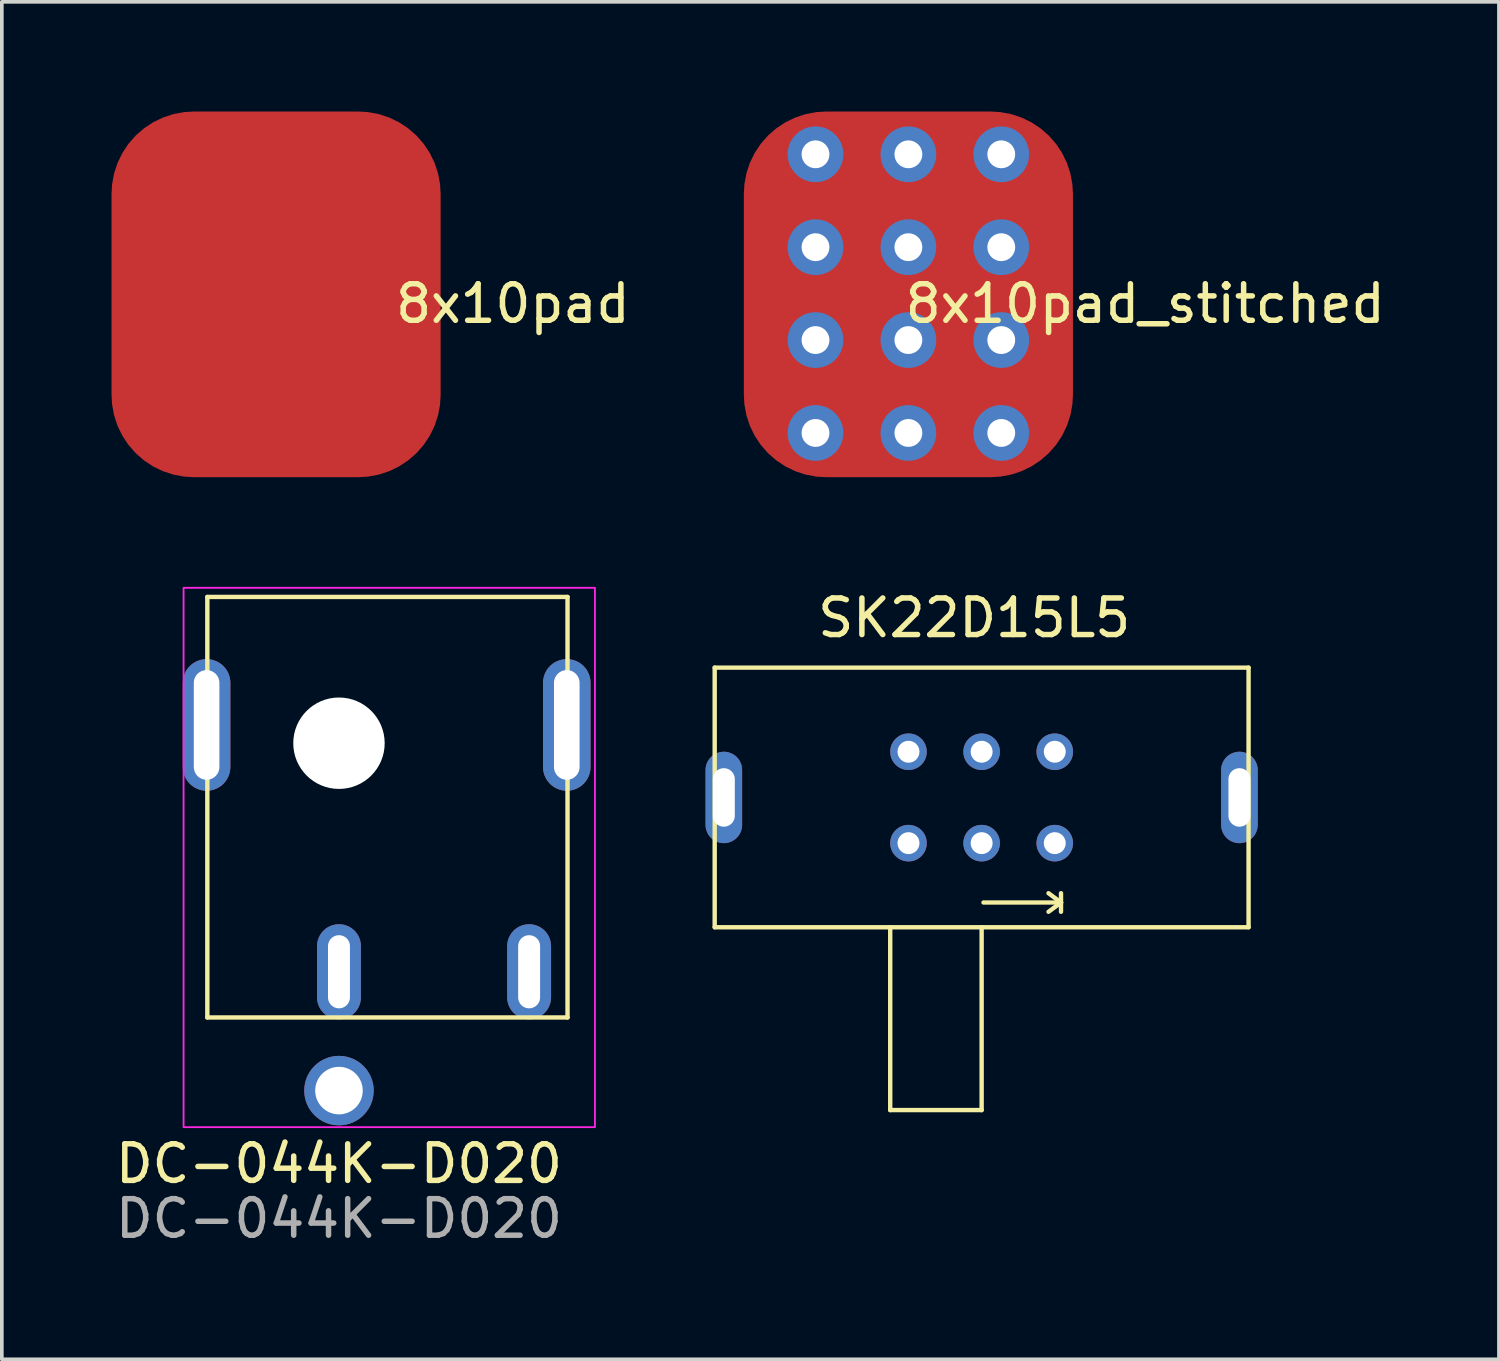
<source format=kicad_pcb>
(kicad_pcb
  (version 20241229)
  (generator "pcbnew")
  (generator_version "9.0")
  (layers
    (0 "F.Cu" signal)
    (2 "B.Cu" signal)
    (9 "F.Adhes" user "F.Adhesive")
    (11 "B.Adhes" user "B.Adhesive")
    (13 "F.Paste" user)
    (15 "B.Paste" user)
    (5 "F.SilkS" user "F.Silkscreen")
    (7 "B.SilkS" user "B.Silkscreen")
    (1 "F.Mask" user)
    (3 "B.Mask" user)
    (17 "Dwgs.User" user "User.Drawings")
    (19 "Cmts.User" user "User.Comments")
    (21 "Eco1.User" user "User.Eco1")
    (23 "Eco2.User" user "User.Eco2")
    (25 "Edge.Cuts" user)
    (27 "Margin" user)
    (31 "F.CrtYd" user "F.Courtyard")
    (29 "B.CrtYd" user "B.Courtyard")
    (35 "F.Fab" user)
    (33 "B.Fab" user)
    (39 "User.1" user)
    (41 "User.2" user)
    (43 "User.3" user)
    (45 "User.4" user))
  (footprint "SK22D15L5"
    (layer "F.Cu")
    (at 23.795 18.758)
    (property "Reference" "SK22D15L5" (at -0.203 -4.91 180) (layer "F.SilkS") (effects (font (size 1 1) (thickness 0.15))))
    (attr through_hole)
    (fp_line (start -7.3 -3.55) (end -7.3 3.55) (stroke (width 0.12) (type solid)) (layer "F.SilkS"))
    (fp_line (start -7.3 -3.55) (end 7.3 -3.55) (stroke (width 0.12) (type solid)) (layer "F.SilkS"))
    (fp_line (start -7.3 3.55) (end 7.3 3.55) (stroke (width 0.12) (type solid)) (layer "F.SilkS"))
    (fp_line (start -2.5 3.55) (end -2.5 8.55) (stroke (width 0.12) (type solid)) (layer "F.SilkS"))
    (fp_line (start -2.5 8.55) (end 0 8.55) (stroke (width 0.12) (type solid)) (layer "F.SilkS"))
    (fp_line (start 0 3.55) (end 0 8.55) (stroke (width 0.12) (type solid)) (layer "F.SilkS"))
    (fp_line (start 0.051 2.873) (end 2.171 2.873) (stroke (width 0.12) (type solid)) (layer "F.SilkS"))
    (fp_line (start 2.171 2.619) (end 2.171 3.127) (stroke (width 0.12) (type solid)) (layer "F.SilkS"))
    (fp_line (start 2.171 2.873) (end 1.829 2.619) (stroke (width 0.12) (type solid)) (layer "F.SilkS"))
    (fp_line (start 2.171 2.873) (end 1.829 3.127) (stroke (width 0.12) (type solid)) (layer "F.SilkS"))
    (fp_line (start 7.3 -3.55) (end 7.3 3.55) (stroke (width 0.12) (type solid)) (layer "F.SilkS"))
    (pad "1" thru_hole circle (at -2 -1.25) (size 1 1) (drill 0.6) (layers "*.Cu" "*.Mask"))
    (pad "2" thru_hole circle (at 0 -1.25) (size 1 1) (drill 0.6) (layers "*.Cu" "*.Mask"))
    (pad "3" thru_hole circle (at 2 -1.25) (size 1 1) (drill 0.6) (layers "*.Cu" "*.Mask"))
    (pad "4" thru_hole circle (at -2 1.25) (size 1 1) (drill 0.6) (layers "*.Cu" "*.Mask"))
    (pad "5" thru_hole circle (at 0 1.25) (size 1 1) (drill 0.6) (layers "*.Cu" "*.Mask"))
    (pad "6" thru_hole circle (at 2 1.25) (size 1 1) (drill 0.6) (layers "*.Cu" "*.Mask"))
    (pad "MP" thru_hole oval (at -7.05 0) (size 1 2.5) (drill oval 0.6 1.6) (layers "*.Cu" "*.Mask"))
    (pad "MP" thru_hole oval (at 7.05 0) (size 1 2.5) (drill oval 0.6 1.6) (layers "*.Cu" "*.Mask")))
  (footprint "8x10pad_stitched"
    (layer "F.Cu")
    (at 21.792 5)
    (property "Reference" "8x10pad_stitched" (at 6.477 0.254 180) (layer "F.SilkS") (effects (font (size 1 1) (thickness 0.15))))
    (attr through_hole)
    (pad "1" thru_hole circle (at -2.54 -3.83) (size 1.524 1.524) (drill 0.762) (layers "*.Cu" "*.Mask"))
    (pad "1" thru_hole circle (at -2.54 -1.29) (size 1.524 1.524) (drill 0.762) (layers "*.Cu" "*.Mask"))
    (pad "1" thru_hole circle (at -2.54 1.25) (size 1.524 1.524) (drill 0.762) (layers "*.Cu" "*.Mask"))
    (pad "1" thru_hole circle (at -2.54 3.79) (size 1.524 1.524) (drill 0.762) (layers "*.Cu" "*.Mask"))
    (pad "1" thru_hole circle (at 0 -3.83) (size 1.524 1.524) (drill 0.762) (layers "*.Cu" "*.Mask"))
    (pad "1" thru_hole circle (at 0 -1.29) (size 1.524 1.524) (drill 0.762) (layers "*.Cu" "*.Mask"))
    (pad "1" smd roundrect (at 0 0) (size 9 10) (layers "F.Cu" "F.Mask" "F.Paste") (roundrect_rratio 0.25))
    (pad "1" thru_hole circle (at 0 1.25) (size 1.524 1.524) (drill 0.762) (layers "*.Cu" "*.Mask"))
    (pad "1" thru_hole circle (at 0 3.79) (size 1.524 1.524) (drill 0.762) (layers "*.Cu" "*.Mask"))
    (pad "1" thru_hole circle (at 2.54 -3.83) (size 1.524 1.524) (drill 0.762) (layers "*.Cu" "*.Mask"))
    (pad "1" thru_hole circle (at 2.54 -1.29) (size 1.524 1.524) (drill 0.762) (layers "*.Cu" "*.Mask"))
    (pad "1" thru_hole circle (at 2.54 1.25) (size 1.524 1.524) (drill 0.762) (layers "*.Cu" "*.Mask"))
    (pad "1" thru_hole circle (at 2.54 3.79) (size 1.524 1.524) (drill 0.762) (layers "*.Cu" "*.Mask")))
  (footprint "8x10pad"
    (layer "F.Cu")
    (at 4.5 5)
    (property "Reference" "8x10pad" (at 6.477 0.254 180) (layer "F.SilkS") (effects (font (size 1 1) (thickness 0.15))))
    (attr through_hole)
    (pad "1" smd roundrect (at 0 0) (size 9 10) (layers "F.Cu" "F.Mask" "F.Paste") (roundrect_rratio 0.25)))
  (footprint "DC-044K-D020"
    (layer "F.Cu")
    (at 7.545 19.025)
    (property "Reference" "DC-044K-D020" (at -1.325 9.75 0) (unlocked yes) (layer "F.SilkS") (effects (font (size 1 1) (thickness 0.15))))
    (attr through_hole)
    (fp_line (start -4.925 -5.75) (end -4.925 5.75) (stroke (width 0.12) (type solid)) (layer "F.SilkS"))
    (fp_line (start 4.925 -5.75) (end -4.925 -5.75) (stroke (width 0.12) (type solid)) (layer "F.SilkS"))
    (fp_line (start 4.925 5.75) (end -4.925 5.75) (stroke (width 0.12) (type solid)) (layer "F.SilkS"))
    (fp_line (start 4.925 5.75) (end 4.925 -5.75) (stroke (width 0.12) (type solid)) (layer "F.SilkS"))
    (fp_rect (start -5.575 -6) (end 5.675 8.75) (stroke (width 0.05) (type solid)) (fill no) (layer "F.CrtYd"))
    (fp_text user "${REFERENCE}" (at -1.325 11.25 0) (unlocked yes) (layer "F.Fab") (effects (font (size 1 1) (thickness 0.15))))
    (pad "" np_thru_hole circle (at -1.325 -1.75) (size 2.5 2.5) (drill 2.5) (layers "*.Cu" "*.Mask"))
    (pad "2" thru_hole oval (at 3.875 4.5) (size 1.2 2.6) (drill oval 0.6 2) (layers "*.Cu" "*.Mask"))
    (pad "3" thru_hole oval (at -1.325 4.5) (size 1.2 2.6) (drill oval 0.6 2) (layers "*.Cu" "*.Mask"))
    (pad "4" thru_hole circle (at -1.325 7.75) (size 1.9 1.9) (drill 1.3) (layers "*.Cu" "*.Mask"))
    (pad "MP" thru_hole oval (at -4.945 -2.25) (size 1.3 3.6) (drill oval 0.7 3) (layers "*.Cu" "*.Mask"))
    (pad "MP" thru_hole oval (at 4.905 -2.25) (size 1.3 3.6) (drill oval 0.7 3) (layers "*.Cu" "*.Mask")))
  (gr_rect
    (start -3 -3)
    (end 37.942 34.123)
    (stroke (width 0.1) (type default))
    (fill no)
    (layer "Edge.Cuts")))
</source>
